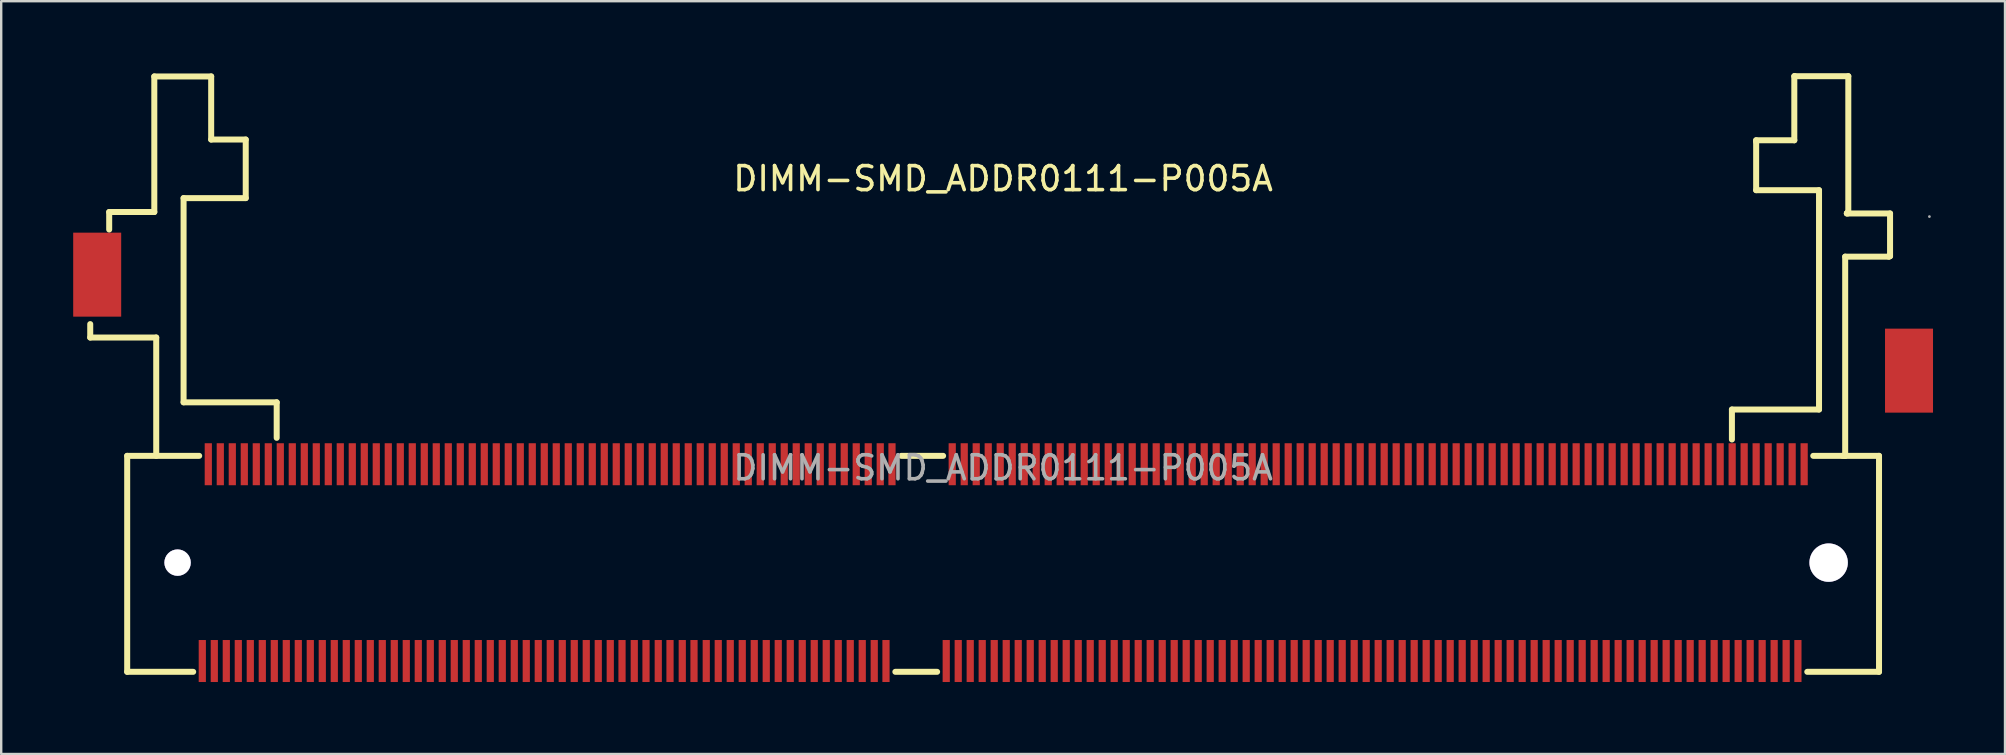
<source format=kicad_pcb>
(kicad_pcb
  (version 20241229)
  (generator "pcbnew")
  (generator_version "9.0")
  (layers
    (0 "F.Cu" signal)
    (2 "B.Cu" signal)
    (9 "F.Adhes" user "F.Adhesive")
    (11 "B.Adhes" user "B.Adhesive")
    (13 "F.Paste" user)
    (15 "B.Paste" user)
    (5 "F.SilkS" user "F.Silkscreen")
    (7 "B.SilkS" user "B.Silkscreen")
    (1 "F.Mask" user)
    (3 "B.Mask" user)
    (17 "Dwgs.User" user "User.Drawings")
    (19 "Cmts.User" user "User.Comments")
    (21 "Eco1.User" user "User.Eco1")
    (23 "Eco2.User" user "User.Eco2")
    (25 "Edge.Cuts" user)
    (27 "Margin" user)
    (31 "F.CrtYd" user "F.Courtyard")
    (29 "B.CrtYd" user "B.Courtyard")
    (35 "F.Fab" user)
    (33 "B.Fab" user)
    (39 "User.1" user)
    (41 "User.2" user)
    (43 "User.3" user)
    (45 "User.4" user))
  (footprint "DIMM-SMD_ADDR0111-P005A"
    (layer "F.Cu")
    (at 38.75 16.445)
    (property "Reference" "DIMM-SMD_ADDR0111-P005A" (at 0 -12.05 0) (layer "F.SilkS") (effects (font (size 1 1) (thickness 0.15))))
    (attr smd)
    (fp_line (start -38.04 -5.43) (end -38.04 -5.99) (stroke (width 0.25) (type solid)) (layer "F.SilkS"))
    (fp_line (start -37.25 -10.66) (end -35.37 -10.66) (stroke (width 0.25) (type solid)) (layer "F.SilkS"))
    (fp_line (start -37.25 -9.93) (end -37.25 -10.66) (stroke (width 0.25) (type solid)) (layer "F.SilkS"))
    (fp_line (start -36.5 -0.5) (end -33.5 -0.5) (stroke (width 0.25) (type solid)) (layer "F.SilkS"))
    (fp_line (start -36.5 8.5) (end -36.5 -0.5) (stroke (width 0.25) (type solid)) (layer "F.SilkS"))
    (fp_line (start -35.37 -16.31) (end -33 -16.31) (stroke (width 0.25) (type solid)) (layer "F.SilkS"))
    (fp_line (start -35.37 -10.66) (end -35.37 -16.31) (stroke (width 0.25) (type solid)) (layer "F.SilkS"))
    (fp_line (start -35.29 -5.43) (end -38.04 -5.43) (stroke (width 0.25) (type solid)) (layer "F.SilkS"))
    (fp_line (start -35.29 -0.5) (end -35.29 -5.43) (stroke (width 0.25) (type solid)) (layer "F.SilkS"))
    (fp_line (start -34.15 -11.24) (end -34.15 -2.73) (stroke (width 0.25) (type solid)) (layer "F.SilkS"))
    (fp_line (start -34.15 -2.73) (end -30.27 -2.73) (stroke (width 0.25) (type solid)) (layer "F.SilkS"))
    (fp_line (start -33.75 8.5) (end -36.5 8.5) (stroke (width 0.25) (type solid)) (layer "F.SilkS"))
    (fp_line (start -33 -16.31) (end -33 -13.68) (stroke (width 0.25) (type solid)) (layer "F.SilkS"))
    (fp_line (start -33 -13.68) (end -31.56 -13.68) (stroke (width 0.25) (type solid)) (layer "F.SilkS"))
    (fp_line (start -31.56 -13.68) (end -31.56 -11.24) (stroke (width 0.25) (type solid)) (layer "F.SilkS"))
    (fp_line (start -31.56 -11.24) (end -34.15 -11.24) (stroke (width 0.25) (type solid)) (layer "F.SilkS"))
    (fp_line (start -30.27 -2.73) (end -30.27 -1.25) (stroke (width 0.25) (type solid)) (layer "F.SilkS"))
    (fp_line (start -4.24 -0.5) (end -2.5 -0.5) (stroke (width 0.25) (type solid)) (layer "F.SilkS"))
    (fp_line (start -2.75 8.5) (end -4.49 8.5) (stroke (width 0.25) (type solid)) (layer "F.SilkS"))
    (fp_line (start 30.37 -2.43) (end 30.37 -1.18) (stroke (width 0.25) (type solid)) (layer "F.SilkS"))
    (fp_line (start 31.38 -13.65) (end 31.38 -13.59) (stroke (width 0.25) (type solid)) (layer "F.SilkS"))
    (fp_line (start 31.38 -13.59) (end 31.38 -11.57) (stroke (width 0.25) (type solid)) (layer "F.SilkS"))
    (fp_line (start 31.38 -11.57) (end 34 -11.57) (stroke (width 0.25) (type solid)) (layer "F.SilkS"))
    (fp_line (start 32.97 -16.32) (end 32.97 -13.65) (stroke (width 0.25) (type solid)) (layer "F.SilkS"))
    (fp_line (start 32.97 -13.65) (end 31.38 -13.65) (stroke (width 0.25) (type solid)) (layer "F.SilkS"))
    (fp_line (start 32.99 -16.32) (end 32.97 -16.32) (stroke (width 0.25) (type solid)) (layer "F.SilkS"))
    (fp_line (start 33.76 -0.5) (end 36.5 -0.5) (stroke (width 0.25) (type solid)) (layer "F.SilkS"))
    (fp_line (start 34 -11.57) (end 34 -2.43) (stroke (width 0.25) (type solid)) (layer "F.SilkS"))
    (fp_line (start 34 -2.43) (end 30.37 -2.43) (stroke (width 0.25) (type solid)) (layer "F.SilkS"))
    (fp_line (start 34.98 -0.5) (end 35.09 -0.5) (stroke (width 0.25) (type solid)) (layer "F.SilkS"))
    (fp_line (start 35.09 -8.8) (end 36.91 -8.8) (stroke (width 0.25) (type solid)) (layer "F.SilkS"))
    (fp_line (start 35.09 -0.5) (end 35.09 -8.8) (stroke (width 0.25) (type solid)) (layer "F.SilkS"))
    (fp_line (start 35.16 -10.61) (end 35.22 -10.61) (stroke (width 0.25) (type solid)) (layer "F.SilkS"))
    (fp_line (start 35.16 -10.6) (end 35.16 -10.61) (stroke (width 0.25) (type solid)) (layer "F.SilkS"))
    (fp_line (start 35.22 -16.32) (end 32.99 -16.32) (stroke (width 0.25) (type solid)) (layer "F.SilkS"))
    (fp_line (start 35.22 -10.61) (end 35.22 -16.32) (stroke (width 0.25) (type solid)) (layer "F.SilkS"))
    (fp_line (start 36.5 -0.5) (end 36.5 8.5) (stroke (width 0.25) (type solid)) (layer "F.SilkS"))
    (fp_line (start 36.5 8.5) (end 33.51 8.5) (stroke (width 0.25) (type solid)) (layer "F.SilkS"))
    (fp_line (start 36.91 -8.82) (end 36.96 -8.82) (stroke (width 0.25) (type solid)) (layer "F.SilkS"))
    (fp_line (start 36.91 -8.8) (end 36.91 -8.82) (stroke (width 0.25) (type solid)) (layer "F.SilkS"))
    (fp_line (start 36.96 -10.6) (end 35.16 -10.6) (stroke (width 0.25) (type solid)) (layer "F.SilkS"))
    (fp_line (start 36.96 -8.82) (end 36.96 -10.6) (stroke (width 0.25) (type solid)) (layer "F.SilkS"))
    (fp_circle (center -34.4 3.95) (end -34.17 3.95) (stroke (width 0.45) (type solid)) (fill no) (layer "Cmts.User"))
    (fp_circle (center 34.4 3.95) (end 34.76 3.95) (stroke (width 0.72) (type solid)) (fill no) (layer "Cmts.User"))
    (fp_circle (center 38.6 -10.47) (end 38.63 -10.47) (stroke (width 0.06) (type solid)) (fill no) (layer "F.Fab"))
    (fp_text user "${REFERENCE}" (at 0 0 0) (layer "F.Fab") (effects (font (size 1 1) (thickness 0.15))))
    (pad "" thru_hole circle (at -34.4 3.95) (size 1.1 1.1) (drill 1.1) (layers "*.Cu" "*.Mask"))
    (pad "" thru_hole circle (at 34.4 3.95) (size 1.6 1.6) (drill 1.6) (layers "*.Cu" "*.Mask"))
    (pad "1" smd rect (at 33.38 -0.15 180) (size 0.3 1.75) (layers "F.Cu" "F.Mask" "F.Paste"))
    (pad "2" smd rect (at 33.12 8.05 180) (size 0.3 1.75) (layers "F.Cu" "F.Mask" "F.Paste"))
    (pad "3" smd rect (at 32.88 -0.15 180) (size 0.3 1.75) (layers "F.Cu" "F.Mask" "F.Paste"))
    (pad "4" smd rect (at 32.63 8.05 180) (size 0.3 1.75) (layers "F.Cu" "F.Mask" "F.Paste"))
    (pad "5" smd rect (at 32.38 -0.15 180) (size 0.3 1.75) (layers "F.Cu" "F.Mask" "F.Paste"))
    (pad "6" smd rect (at 32.13 8.05 180) (size 0.3 1.75) (layers "F.Cu" "F.Mask" "F.Paste"))
    (pad "7" smd rect (at 31.88 -0.15 180) (size 0.3 1.75) (layers "F.Cu" "F.Mask" "F.Paste"))
    (pad "8" smd rect (at 31.63 8.05 180) (size 0.3 1.75) (layers "F.Cu" "F.Mask" "F.Paste"))
    (pad "9" smd rect (at 31.38 -0.15 180) (size 0.3 1.75) (layers "F.Cu" "F.Mask" "F.Paste"))
    (pad "10" smd rect (at 31.13 8.05 180) (size 0.3 1.75) (layers "F.Cu" "F.Mask" "F.Paste"))
    (pad "11" smd rect (at 30.88 -0.15 180) (size 0.3 1.75) (layers "F.Cu" "F.Mask" "F.Paste"))
    (pad "12" smd rect (at 30.63 8.05 180) (size 0.3 1.75) (layers "F.Cu" "F.Mask" "F.Paste"))
    (pad "13" smd rect (at 30.38 -0.15 180) (size 0.3 1.75) (layers "F.Cu" "F.Mask" "F.Paste"))
    (pad "14" smd rect (at 30.13 8.05 180) (size 0.3 1.75) (layers "F.Cu" "F.Mask" "F.Paste"))
    (pad "15" smd rect (at 29.88 -0.15 180) (size 0.3 1.75) (layers "F.Cu" "F.Mask" "F.Paste"))
    (pad "16" smd rect (at 29.63 8.05 180) (size 0.3 1.75) (layers "F.Cu" "F.Mask" "F.Paste"))
    (pad "17" smd rect (at 29.38 -0.15 180) (size 0.3 1.75) (layers "F.Cu" "F.Mask" "F.Paste"))
    (pad "18" smd rect (at 29.13 8.05 180) (size 0.3 1.75) (layers "F.Cu" "F.Mask" "F.Paste"))
    (pad "19" smd rect (at 28.88 -0.15 180) (size 0.3 1.75) (layers "F.Cu" "F.Mask" "F.Paste"))
    (pad "20" smd rect (at 28.63 8.05 180) (size 0.3 1.75) (layers "F.Cu" "F.Mask" "F.Paste"))
    (pad "21" smd rect (at 28.38 -0.15 180) (size 0.3 1.75) (layers "F.Cu" "F.Mask" "F.Paste"))
    (pad "22" smd rect (at 28.13 8.05 180) (size 0.3 1.75) (layers "F.Cu" "F.Mask" "F.Paste"))
    (pad "23" smd rect (at 27.88 -0.15 180) (size 0.3 1.75) (layers "F.Cu" "F.Mask" "F.Paste"))
    (pad "24" smd rect (at 27.63 8.05 180) (size 0.3 1.75) (layers "F.Cu" "F.Mask" "F.Paste"))
    (pad "25" smd rect (at 27.38 -0.15 180) (size 0.3 1.75) (layers "F.Cu" "F.Mask" "F.Paste"))
    (pad "26" smd rect (at 27.13 8.05 180) (size 0.3 1.75) (layers "F.Cu" "F.Mask" "F.Paste"))
    (pad "27" smd rect (at 26.88 -0.15 180) (size 0.3 1.75) (layers "F.Cu" "F.Mask" "F.Paste"))
    (pad "28" smd rect (at 26.63 8.05 180) (size 0.3 1.75) (layers "F.Cu" "F.Mask" "F.Paste"))
    (pad "29" smd rect (at 26.38 -0.15 180) (size 0.3 1.75) (layers "F.Cu" "F.Mask" "F.Paste"))
    (pad "30" smd rect (at 26.13 8.05 180) (size 0.3 1.75) (layers "F.Cu" "F.Mask" "F.Paste"))
    (pad "31" smd rect (at 25.88 -0.15 180) (size 0.3 1.75) (layers "F.Cu" "F.Mask" "F.Paste"))
    (pad "32" smd rect (at 25.63 8.05 180) (size 0.3 1.75) (layers "F.Cu" "F.Mask" "F.Paste"))
    (pad "33" smd rect (at 25.38 -0.15 180) (size 0.3 1.75) (layers "F.Cu" "F.Mask" "F.Paste"))
    (pad "34" smd rect (at 25.13 8.05 180) (size 0.3 1.75) (layers "F.Cu" "F.Mask" "F.Paste"))
    (pad "35" smd rect (at 24.88 -0.15 180) (size 0.3 1.75) (layers "F.Cu" "F.Mask" "F.Paste"))
    (pad "36" smd rect (at 24.63 8.05 180) (size 0.3 1.75) (layers "F.Cu" "F.Mask" "F.Paste"))
    (pad "37" smd rect (at 24.38 -0.15 180) (size 0.3 1.75) (layers "F.Cu" "F.Mask" "F.Paste"))
    (pad "38" smd rect (at 24.13 8.05 180) (size 0.3 1.75) (layers "F.Cu" "F.Mask" "F.Paste"))
    (pad "39" smd rect (at 23.88 -0.15 180) (size 0.3 1.75) (layers "F.Cu" "F.Mask" "F.Paste"))
    (pad "40" smd rect (at 23.63 8.05 180) (size 0.3 1.75) (layers "F.Cu" "F.Mask" "F.Paste"))
    (pad "41" smd rect (at 23.38 -0.15 180) (size 0.3 1.75) (layers "F.Cu" "F.Mask" "F.Paste"))
    (pad "42" smd rect (at 23.13 8.05 180) (size 0.3 1.75) (layers "F.Cu" "F.Mask" "F.Paste"))
    (pad "43" smd rect (at 22.88 -0.15 180) (size 0.3 1.75) (layers "F.Cu" "F.Mask" "F.Paste"))
    (pad "44" smd rect (at 22.63 8.05 180) (size 0.3 1.75) (layers "F.Cu" "F.Mask" "F.Paste"))
    (pad "45" smd rect (at 22.38 -0.15 180) (size 0.3 1.75) (layers "F.Cu" "F.Mask" "F.Paste"))
    (pad "46" smd rect (at 22.13 8.05 180) (size 0.3 1.75) (layers "F.Cu" "F.Mask" "F.Paste"))
    (pad "47" smd rect (at 21.88 -0.15 180) (size 0.3 1.75) (layers "F.Cu" "F.Mask" "F.Paste"))
    (pad "48" smd rect (at 21.63 8.05 180) (size 0.3 1.75) (layers "F.Cu" "F.Mask" "F.Paste"))
    (pad "49" smd rect (at 21.38 -0.15 180) (size 0.3 1.75) (layers "F.Cu" "F.Mask" "F.Paste"))
    (pad "50" smd rect (at 21.13 8.05 180) (size 0.3 1.75) (layers "F.Cu" "F.Mask" "F.Paste"))
    (pad "51" smd rect (at 20.88 -0.15 180) (size 0.3 1.75) (layers "F.Cu" "F.Mask" "F.Paste"))
    (pad "52" smd rect (at 20.63 8.05 180) (size 0.3 1.75) (layers "F.Cu" "F.Mask" "F.Paste"))
    (pad "53" smd rect (at 20.38 -0.15 180) (size 0.3 1.75) (layers "F.Cu" "F.Mask" "F.Paste"))
    (pad "54" smd rect (at 20.13 8.05 180) (size 0.3 1.75) (layers "F.Cu" "F.Mask" "F.Paste"))
    (pad "55" smd rect (at 19.88 -0.15 180) (size 0.3 1.75) (layers "F.Cu" "F.Mask" "F.Paste"))
    (pad "56" smd rect (at 19.63 8.05 180) (size 0.3 1.75) (layers "F.Cu" "F.Mask" "F.Paste"))
    (pad "57" smd rect (at 19.38 -0.15 180) (size 0.3 1.75) (layers "F.Cu" "F.Mask" "F.Paste"))
    (pad "58" smd rect (at 19.13 8.05 180) (size 0.3 1.75) (layers "F.Cu" "F.Mask" "F.Paste"))
    (pad "59" smd rect (at 18.88 -0.15 180) (size 0.3 1.75) (layers "F.Cu" "F.Mask" "F.Paste"))
    (pad "60" smd rect (at 18.63 8.05 180) (size 0.3 1.75) (layers "F.Cu" "F.Mask" "F.Paste"))
    (pad "61" smd rect (at 18.38 -0.15 180) (size 0.3 1.75) (layers "F.Cu" "F.Mask" "F.Paste"))
    (pad "62" smd rect (at 18.13 8.05 180) (size 0.3 1.75) (layers "F.Cu" "F.Mask" "F.Paste"))
    (pad "63" smd rect (at 17.88 -0.15 180) (size 0.3 1.75) (layers "F.Cu" "F.Mask" "F.Paste"))
    (pad "64" smd rect (at 17.63 8.05 180) (size 0.3 1.75) (layers "F.Cu" "F.Mask" "F.Paste"))
    (pad "65" smd rect (at 17.38 -0.15 180) (size 0.3 1.75) (layers "F.Cu" "F.Mask" "F.Paste"))
    (pad "66" smd rect (at 17.13 8.05 180) (size 0.3 1.75) (layers "F.Cu" "F.Mask" "F.Paste"))
    (pad "67" smd rect (at 16.88 -0.15 180) (size 0.3 1.75) (layers "F.Cu" "F.Mask" "F.Paste"))
    (pad "68" smd rect (at 16.63 8.05 180) (size 0.3 1.75) (layers "F.Cu" "F.Mask" "F.Paste"))
    (pad "69" smd rect (at 16.38 -0.15 180) (size 0.3 1.75) (layers "F.Cu" "F.Mask" "F.Paste"))
    (pad "70" smd rect (at 16.13 8.05 180) (size 0.3 1.75) (layers "F.Cu" "F.Mask" "F.Paste"))
    (pad "71" smd rect (at 15.88 -0.15 180) (size 0.3 1.75) (layers "F.Cu" "F.Mask" "F.Paste"))
    (pad "72" smd rect (at 15.63 8.05 180) (size 0.3 1.75) (layers "F.Cu" "F.Mask" "F.Paste"))
    (pad "73" smd rect (at 15.38 -0.15 180) (size 0.3 1.75) (layers "F.Cu" "F.Mask" "F.Paste"))
    (pad "74" smd rect (at 15.13 8.05 180) (size 0.3 1.75) (layers "F.Cu" "F.Mask" "F.Paste"))
    (pad "75" smd rect (at 14.88 -0.15 180) (size 0.3 1.75) (layers "F.Cu" "F.Mask" "F.Paste"))
    (pad "76" smd rect (at 14.63 8.05 180) (size 0.3 1.75) (layers "F.Cu" "F.Mask" "F.Paste"))
    (pad "77" smd rect (at 14.38 -0.15 180) (size 0.3 1.75) (layers "F.Cu" "F.Mask" "F.Paste"))
    (pad "78" smd rect (at 14.13 8.05 180) (size 0.3 1.75) (layers "F.Cu" "F.Mask" "F.Paste"))
    (pad "79" smd rect (at 13.88 -0.15 180) (size 0.3 1.75) (layers "F.Cu" "F.Mask" "F.Paste"))
    (pad "80" smd rect (at 13.63 8.05 180) (size 0.3 1.75) (layers "F.Cu" "F.Mask" "F.Paste"))
    (pad "81" smd rect (at 13.38 -0.15 180) (size 0.3 1.75) (layers "F.Cu" "F.Mask" "F.Paste"))
    (pad "82" smd rect (at 13.13 8.05 180) (size 0.3 1.75) (layers "F.Cu" "F.Mask" "F.Paste"))
    (pad "83" smd rect (at 12.88 -0.15 180) (size 0.3 1.75) (layers "F.Cu" "F.Mask" "F.Paste"))
    (pad "84" smd rect (at 12.63 8.05 180) (size 0.3 1.75) (layers "F.Cu" "F.Mask" "F.Paste"))
    (pad "85" smd rect (at 12.38 -0.15 180) (size 0.3 1.75) (layers "F.Cu" "F.Mask" "F.Paste"))
    (pad "86" smd rect (at 12.13 8.05 180) (size 0.3 1.75) (layers "F.Cu" "F.Mask" "F.Paste"))
    (pad "87" smd rect (at 11.88 -0.15 180) (size 0.3 1.75) (layers "F.Cu" "F.Mask" "F.Paste"))
    (pad "88" smd rect (at 11.63 8.05 180) (size 0.3 1.75) (layers "F.Cu" "F.Mask" "F.Paste"))
    (pad "89" smd rect (at 11.38 -0.15 180) (size 0.3 1.75) (layers "F.Cu" "F.Mask" "F.Paste"))
    (pad "90" smd rect (at 11.13 8.05 180) (size 0.3 1.75) (layers "F.Cu" "F.Mask" "F.Paste"))
    (pad "91" smd rect (at 10.88 -0.15 180) (size 0.3 1.75) (layers "F.Cu" "F.Mask" "F.Paste"))
    (pad "92" smd rect (at 10.63 8.05 180) (size 0.3 1.75) (layers "F.Cu" "F.Mask" "F.Paste"))
    (pad "93" smd rect (at 10.38 -0.15 180) (size 0.3 1.75) (layers "F.Cu" "F.Mask" "F.Paste"))
    (pad "94" smd rect (at 10.13 8.05 180) (size 0.3 1.75) (layers "F.Cu" "F.Mask" "F.Paste"))
    (pad "95" smd rect (at 9.88 -0.15 180) (size 0.3 1.75) (layers "F.Cu" "F.Mask" "F.Paste"))
    (pad "96" smd rect (at 9.63 8.05 180) (size 0.3 1.75) (layers "F.Cu" "F.Mask" "F.Paste"))
    (pad "97" smd rect (at 9.38 -0.15 180) (size 0.3 1.75) (layers "F.Cu" "F.Mask" "F.Paste"))
    (pad "98" smd rect (at 9.13 8.05 180) (size 0.3 1.75) (layers "F.Cu" "F.Mask" "F.Paste"))
    (pad "99" smd rect (at 8.88 -0.15 180) (size 0.3 1.75) (layers "F.Cu" "F.Mask" "F.Paste"))
    (pad "100" smd rect (at 8.63 8.05 180) (size 0.3 1.75) (layers "F.Cu" "F.Mask" "F.Paste"))
    (pad "101" smd rect (at 8.38 -0.15 180) (size 0.3 1.75) (layers "F.Cu" "F.Mask" "F.Paste"))
    (pad "102" smd rect (at 8.13 8.05 180) (size 0.3 1.75) (layers "F.Cu" "F.Mask" "F.Paste"))
    (pad "103" smd rect (at 7.88 -0.15 180) (size 0.3 1.75) (layers "F.Cu" "F.Mask" "F.Paste"))
    (pad "104" smd rect (at 7.63 8.05 180) (size 0.3 1.75) (layers "F.Cu" "F.Mask" "F.Paste"))
    (pad "105" smd rect (at 7.38 -0.15 180) (size 0.3 1.75) (layers "F.Cu" "F.Mask" "F.Paste"))
    (pad "106" smd rect (at 7.13 8.05 180) (size 0.3 1.75) (layers "F.Cu" "F.Mask" "F.Paste"))
    (pad "107" smd rect (at 6.88 -0.15 180) (size 0.3 1.75) (layers "F.Cu" "F.Mask" "F.Paste"))
    (pad "108" smd rect (at 6.63 8.05 180) (size 0.3 1.75) (layers "F.Cu" "F.Mask" "F.Paste"))
    (pad "109" smd rect (at 6.38 -0.15 180) (size 0.3 1.75) (layers "F.Cu" "F.Mask" "F.Paste"))
    (pad "110" smd rect (at 6.13 8.05 180) (size 0.3 1.75) (layers "F.Cu" "F.Mask" "F.Paste"))
    (pad "111" smd rect (at 5.88 -0.15 180) (size 0.3 1.75) (layers "F.Cu" "F.Mask" "F.Paste"))
    (pad "112" smd rect (at 5.63 8.05 180) (size 0.3 1.75) (layers "F.Cu" "F.Mask" "F.Paste"))
    (pad "113" smd rect (at 5.38 -0.15 180) (size 0.3 1.75) (layers "F.Cu" "F.Mask" "F.Paste"))
    (pad "114" smd rect (at 5.13 8.05 180) (size 0.3 1.75) (layers "F.Cu" "F.Mask" "F.Paste"))
    (pad "115" smd rect (at 4.88 -0.15 180) (size 0.3 1.75) (layers "F.Cu" "F.Mask" "F.Paste"))
    (pad "116" smd rect (at 4.63 8.05 180) (size 0.3 1.75) (layers "F.Cu" "F.Mask" "F.Paste"))
    (pad "117" smd rect (at 4.38 -0.15 180) (size 0.3 1.75) (layers "F.Cu" "F.Mask" "F.Paste"))
    (pad "118" smd rect (at 4.13 8.05 180) (size 0.3 1.75) (layers "F.Cu" "F.Mask" "F.Paste"))
    (pad "119" smd rect (at 3.88 -0.15 180) (size 0.3 1.75) (layers "F.Cu" "F.Mask" "F.Paste"))
    (pad "120" smd rect (at 3.63 8.05 180) (size 0.3 1.75) (layers "F.Cu" "F.Mask" "F.Paste"))
    (pad "121" smd rect (at 3.38 -0.15 180) (size 0.3 1.75) (layers "F.Cu" "F.Mask" "F.Paste"))
    (pad "122" smd rect (at 3.13 8.05 180) (size 0.3 1.75) (layers "F.Cu" "F.Mask" "F.Paste"))
    (pad "123" smd rect (at 2.88 -0.15 180) (size 0.3 1.75) (layers "F.Cu" "F.Mask" "F.Paste"))
    (pad "124" smd rect (at 2.63 8.05 180) (size 0.3 1.75) (layers "F.Cu" "F.Mask" "F.Paste"))
    (pad "125" smd rect (at 2.38 -0.15 180) (size 0.3 1.75) (layers "F.Cu" "F.Mask" "F.Paste"))
    (pad "126" smd rect (at 2.13 8.05 180) (size 0.3 1.75) (layers "F.Cu" "F.Mask" "F.Paste"))
    (pad "127" smd rect (at 1.88 -0.15 180) (size 0.3 1.75) (layers "F.Cu" "F.Mask" "F.Paste"))
    (pad "128" smd rect (at 1.63 8.05 180) (size 0.3 1.75) (layers "F.Cu" "F.Mask" "F.Paste"))
    (pad "129" smd rect (at 1.38 -0.15 180) (size 0.3 1.75) (layers "F.Cu" "F.Mask" "F.Paste"))
    (pad "130" smd rect (at 1.13 8.05 180) (size 0.3 1.75) (layers "F.Cu" "F.Mask" "F.Paste"))
    (pad "131" smd rect (at 0.88 -0.15 180) (size 0.3 1.75) (layers "F.Cu" "F.Mask" "F.Paste"))
    (pad "132" smd rect (at 0.63 8.05 180) (size 0.3 1.75) (layers "F.Cu" "F.Mask" "F.Paste"))
    (pad "133" smd rect (at 0.38 -0.15 180) (size 0.3 1.75) (layers "F.Cu" "F.Mask" "F.Paste"))
    (pad "134" smd rect (at 0.13 8.05 180) (size 0.3 1.75) (layers "F.Cu" "F.Mask" "F.Paste"))
    (pad "135" smd rect (at -0.12 -0.15 180) (size 0.3 1.75) (layers "F.Cu" "F.Mask" "F.Paste"))
    (pad "136" smd rect (at -0.37 8.05 180) (size 0.3 1.75) (layers "F.Cu" "F.Mask" "F.Paste"))
    (pad "137" smd rect (at -0.62 -0.15 180) (size 0.3 1.75) (layers "F.Cu" "F.Mask" "F.Paste"))
    (pad "138" smd rect (at -0.87 8.05 180) (size 0.3 1.75) (layers "F.Cu" "F.Mask" "F.Paste"))
    (pad "139" smd rect (at -1.12 -0.15 180) (size 0.3 1.75) (layers "F.Cu" "F.Mask" "F.Paste"))
    (pad "140" smd rect (at -1.37 8.05 180) (size 0.3 1.75) (layers "F.Cu" "F.Mask" "F.Paste"))
    (pad "141" smd rect (at -1.62 -0.15 180) (size 0.3 1.75) (layers "F.Cu" "F.Mask" "F.Paste"))
    (pad "142" smd rect (at -1.87 8.05 180) (size 0.3 1.75) (layers "F.Cu" "F.Mask" "F.Paste"))
    (pad "143" smd rect (at -2.12 -0.15 180) (size 0.3 1.75) (layers "F.Cu" "F.Mask" "F.Paste"))
    (pad "144" smd rect (at -2.37 8.05 180) (size 0.3 1.75) (layers "F.Cu" "F.Mask" "F.Paste"))
    (pad "145" smd rect (at -4.63 -0.15 180) (size 0.3 1.75) (layers "F.Cu" "F.Mask" "F.Paste"))
    (pad "146" smd rect (at -4.88 8.05 180) (size 0.3 1.75) (layers "F.Cu" "F.Mask" "F.Paste"))
    (pad "147" smd rect (at -5.12 -0.15 180) (size 0.3 1.75) (layers "F.Cu" "F.Mask" "F.Paste"))
    (pad "148" smd rect (at -5.37 8.05 180) (size 0.3 1.75) (layers "F.Cu" "F.Mask" "F.Paste"))
    (pad "149" smd rect (at -5.62 -0.15 180) (size 0.3 1.75) (layers "F.Cu" "F.Mask" "F.Paste"))
    (pad "150" smd rect (at -5.87 8.05 180) (size 0.3 1.75) (layers "F.Cu" "F.Mask" "F.Paste"))
    (pad "151" smd rect (at -6.12 -0.15 180) (size 0.3 1.75) (layers "F.Cu" "F.Mask" "F.Paste"))
    (pad "152" smd rect (at -6.37 8.05 180) (size 0.3 1.75) (layers "F.Cu" "F.Mask" "F.Paste"))
    (pad "153" smd rect (at -6.62 -0.15 180) (size 0.3 1.75) (layers "F.Cu" "F.Mask" "F.Paste"))
    (pad "154" smd rect (at -6.87 8.05 180) (size 0.3 1.75) (layers "F.Cu" "F.Mask" "F.Paste"))
    (pad "155" smd rect (at -7.12 -0.15 180) (size 0.3 1.75) (layers "F.Cu" "F.Mask" "F.Paste"))
    (pad "156" smd rect (at -7.37 8.05 180) (size 0.3 1.75) (layers "F.Cu" "F.Mask" "F.Paste"))
    (pad "157" smd rect (at -7.62 -0.15 180) (size 0.3 1.75) (layers "F.Cu" "F.Mask" "F.Paste"))
    (pad "158" smd rect (at -7.87 8.05 180) (size 0.3 1.75) (layers "F.Cu" "F.Mask" "F.Paste"))
    (pad "159" smd rect (at -8.12 -0.15 180) (size 0.3 1.75) (layers "F.Cu" "F.Mask" "F.Paste"))
    (pad "160" smd rect (at -8.37 8.05 180) (size 0.3 1.75) (layers "F.Cu" "F.Mask" "F.Paste"))
    (pad "161" smd rect (at -8.62 -0.15 180) (size 0.3 1.75) (layers "F.Cu" "F.Mask" "F.Paste"))
    (pad "162" smd rect (at -8.87 8.05 180) (size 0.3 1.75) (layers "F.Cu" "F.Mask" "F.Paste"))
    (pad "163" smd rect (at -9.12 -0.15 180) (size 0.3 1.75) (layers "F.Cu" "F.Mask" "F.Paste"))
    (pad "164" smd rect (at -9.37 8.05 180) (size 0.3 1.75) (layers "F.Cu" "F.Mask" "F.Paste"))
    (pad "165" smd rect (at -9.62 -0.15 180) (size 0.3 1.75) (layers "F.Cu" "F.Mask" "F.Paste"))
    (pad "166" smd rect (at -9.87 8.05 180) (size 0.3 1.75) (layers "F.Cu" "F.Mask" "F.Paste"))
    (pad "167" smd rect (at -10.12 -0.15 180) (size 0.3 1.75) (layers "F.Cu" "F.Mask" "F.Paste"))
    (pad "168" smd rect (at -10.37 8.05 180) (size 0.3 1.75) (layers "F.Cu" "F.Mask" "F.Paste"))
    (pad "169" smd rect (at -10.62 -0.15 180) (size 0.3 1.75) (layers "F.Cu" "F.Mask" "F.Paste"))
    (pad "170" smd rect (at -10.87 8.05 180) (size 0.3 1.75) (layers "F.Cu" "F.Mask" "F.Paste"))
    (pad "171" smd rect (at -11.12 -0.15 180) (size 0.3 1.75) (layers "F.Cu" "F.Mask" "F.Paste"))
    (pad "172" smd rect (at -11.37 8.05 180) (size 0.3 1.75) (layers "F.Cu" "F.Mask" "F.Paste"))
    (pad "173" smd rect (at -11.62 -0.15 180) (size 0.3 1.75) (layers "F.Cu" "F.Mask" "F.Paste"))
    (pad "174" smd rect (at -11.87 8.05 180) (size 0.3 1.75) (layers "F.Cu" "F.Mask" "F.Paste"))
    (pad "175" smd rect (at -12.12 -0.15 180) (size 0.3 1.75) (layers "F.Cu" "F.Mask" "F.Paste"))
    (pad "176" smd rect (at -12.37 8.05 180) (size 0.3 1.75) (layers "F.Cu" "F.Mask" "F.Paste"))
    (pad "177" smd rect (at -12.62 -0.15 180) (size 0.3 1.75) (layers "F.Cu" "F.Mask" "F.Paste"))
    (pad "178" smd rect (at -12.88 8.05 180) (size 0.3 1.75) (layers "F.Cu" "F.Mask" "F.Paste"))
    (pad "179" smd rect (at -13.12 -0.15 180) (size 0.3 1.75) (layers "F.Cu" "F.Mask" "F.Paste"))
    (pad "180" smd rect (at -13.37 8.05 180) (size 0.3 1.75) (layers "F.Cu" "F.Mask" "F.Paste"))
    (pad "181" smd rect (at -13.62 -0.15 180) (size 0.3 1.75) (layers "F.Cu" "F.Mask" "F.Paste"))
    (pad "182" smd rect (at -13.88 8.05 180) (size 0.3 1.75) (layers "F.Cu" "F.Mask" "F.Paste"))
    (pad "183" smd rect (at -14.12 -0.15 180) (size 0.3 1.75) (layers "F.Cu" "F.Mask" "F.Paste"))
    (pad "184" smd rect (at -14.37 8.05 180) (size 0.3 1.75) (layers "F.Cu" "F.Mask" "F.Paste"))
    (pad "185" smd rect (at -14.62 -0.15 180) (size 0.3 1.75) (layers "F.Cu" "F.Mask" "F.Paste"))
    (pad "186" smd rect (at -14.88 8.05 180) (size 0.3 1.75) (layers "F.Cu" "F.Mask" "F.Paste"))
    (pad "187" smd rect (at -15.12 -0.15 180) (size 0.3 1.75) (layers "F.Cu" "F.Mask" "F.Paste"))
    (pad "188" smd rect (at -15.37 8.05 180) (size 0.3 1.75) (layers "F.Cu" "F.Mask" "F.Paste"))
    (pad "189" smd rect (at -15.62 -0.15 180) (size 0.3 1.75) (layers "F.Cu" "F.Mask" "F.Paste"))
    (pad "190" smd rect (at -15.88 8.05 180) (size 0.3 1.75) (layers "F.Cu" "F.Mask" "F.Paste"))
    (pad "191" smd rect (at -16.12 -0.15 180) (size 0.3 1.75) (layers "F.Cu" "F.Mask" "F.Paste"))
    (pad "192" smd rect (at -16.37 8.05 180) (size 0.3 1.75) (layers "F.Cu" "F.Mask" "F.Paste"))
    (pad "193" smd rect (at -16.62 -0.15 180) (size 0.3 1.75) (layers "F.Cu" "F.Mask" "F.Paste"))
    (pad "194" smd rect (at -16.87 8.05 180) (size 0.3 1.75) (layers "F.Cu" "F.Mask" "F.Paste"))
    (pad "195" smd rect (at -17.12 -0.15 180) (size 0.3 1.75) (layers "F.Cu" "F.Mask" "F.Paste"))
    (pad "196" smd rect (at -17.37 8.05 180) (size 0.3 1.75) (layers "F.Cu" "F.Mask" "F.Paste"))
    (pad "197" smd rect (at -17.62 -0.15 180) (size 0.3 1.75) (layers "F.Cu" "F.Mask" "F.Paste"))
    (pad "198" smd rect (at -17.87 8.05 180) (size 0.3 1.75) (layers "F.Cu" "F.Mask" "F.Paste"))
    (pad "199" smd rect (at -18.12 -0.15 180) (size 0.3 1.75) (layers "F.Cu" "F.Mask" "F.Paste"))
    (pad "200" smd rect (at -18.37 8.05 180) (size 0.3 1.75) (layers "F.Cu" "F.Mask" "F.Paste"))
    (pad "201" smd rect (at -18.62 -0.15 180) (size 0.3 1.75) (layers "F.Cu" "F.Mask" "F.Paste"))
    (pad "202" smd rect (at -18.87 8.05 180) (size 0.3 1.75) (layers "F.Cu" "F.Mask" "F.Paste"))
    (pad "203" smd rect (at -19.12 -0.15 180) (size 0.3 1.75) (layers "F.Cu" "F.Mask" "F.Paste"))
    (pad "204" smd rect (at -19.37 8.05 180) (size 0.3 1.75) (layers "F.Cu" "F.Mask" "F.Paste"))
    (pad "205" smd rect (at -19.62 -0.15 180) (size 0.3 1.75) (layers "F.Cu" "F.Mask" "F.Paste"))
    (pad "206" smd rect (at -19.87 8.05 180) (size 0.3 1.75) (layers "F.Cu" "F.Mask" "F.Paste"))
    (pad "207" smd rect (at -20.12 -0.15 180) (size 0.3 1.75) (layers "F.Cu" "F.Mask" "F.Paste"))
    (pad "208" smd rect (at -20.37 8.05 180) (size 0.3 1.75) (layers "F.Cu" "F.Mask" "F.Paste"))
    (pad "209" smd rect (at -20.62 -0.15 180) (size 0.3 1.75) (layers "F.Cu" "F.Mask" "F.Paste"))
    (pad "210" smd rect (at -20.87 8.05 180) (size 0.3 1.75) (layers "F.Cu" "F.Mask" "F.Paste"))
    (pad "211" smd rect (at -21.12 -0.15 180) (size 0.3 1.75) (layers "F.Cu" "F.Mask" "F.Paste"))
    (pad "212" smd rect (at -21.37 8.05 180) (size 0.3 1.75) (layers "F.Cu" "F.Mask" "F.Paste"))
    (pad "213" smd rect (at -21.62 -0.15 180) (size 0.3 1.75) (layers "F.Cu" "F.Mask" "F.Paste"))
    (pad "214" smd rect (at -21.87 8.05 180) (size 0.3 1.75) (layers "F.Cu" "F.Mask" "F.Paste"))
    (pad "215" smd rect (at -22.12 -0.15 180) (size 0.3 1.75) (layers "F.Cu" "F.Mask" "F.Paste"))
    (pad "216" smd rect (at -22.37 8.05 180) (size 0.3 1.75) (layers "F.Cu" "F.Mask" "F.Paste"))
    (pad "217" smd rect (at -22.62 -0.15 180) (size 0.3 1.75) (layers "F.Cu" "F.Mask" "F.Paste"))
    (pad "218" smd rect (at -22.87 8.05 180) (size 0.3 1.75) (layers "F.Cu" "F.Mask" "F.Paste"))
    (pad "219" smd rect (at -23.12 -0.15 180) (size 0.3 1.75) (layers "F.Cu" "F.Mask" "F.Paste"))
    (pad "220" smd rect (at -23.37 8.05 180) (size 0.3 1.75) (layers "F.Cu" "F.Mask" "F.Paste"))
    (pad "221" smd rect (at -23.62 -0.15 180) (size 0.3 1.75) (layers "F.Cu" "F.Mask" "F.Paste"))
    (pad "222" smd rect (at -23.87 8.05 180) (size 0.3 1.75) (layers "F.Cu" "F.Mask" "F.Paste"))
    (pad "223" smd rect (at -24.12 -0.15 180) (size 0.3 1.75) (layers "F.Cu" "F.Mask" "F.Paste"))
    (pad "224" smd rect (at -24.37 8.05 180) (size 0.3 1.75) (layers "F.Cu" "F.Mask" "F.Paste"))
    (pad "225" smd rect (at -24.62 -0.15 180) (size 0.3 1.75) (layers "F.Cu" "F.Mask" "F.Paste"))
    (pad "226" smd rect (at -24.87 8.05 180) (size 0.3 1.75) (layers "F.Cu" "F.Mask" "F.Paste"))
    (pad "227" smd rect (at -25.12 -0.15 180) (size 0.3 1.75) (layers "F.Cu" "F.Mask" "F.Paste"))
    (pad "228" smd rect (at -25.37 8.05 180) (size 0.3 1.75) (layers "F.Cu" "F.Mask" "F.Paste"))
    (pad "229" smd rect (at -25.62 -0.15 180) (size 0.3 1.75) (layers "F.Cu" "F.Mask" "F.Paste"))
    (pad "230" smd rect (at -25.87 8.05 180) (size 0.3 1.75) (layers "F.Cu" "F.Mask" "F.Paste"))
    (pad "231" smd rect (at -26.12 -0.15 180) (size 0.3 1.75) (layers "F.Cu" "F.Mask" "F.Paste"))
    (pad "232" smd rect (at -26.37 8.05 180) (size 0.3 1.75) (layers "F.Cu" "F.Mask" "F.Paste"))
    (pad "233" smd rect (at -26.62 -0.15 180) (size 0.3 1.75) (layers "F.Cu" "F.Mask" "F.Paste"))
    (pad "234" smd rect (at -26.87 8.05 180) (size 0.3 1.75) (layers "F.Cu" "F.Mask" "F.Paste"))
    (pad "235" smd rect (at -27.12 -0.15 180) (size 0.3 1.75) (layers "F.Cu" "F.Mask" "F.Paste"))
    (pad "236" smd rect (at -27.37 8.05 180) (size 0.3 1.75) (layers "F.Cu" "F.Mask" "F.Paste"))
    (pad "237" smd rect (at -27.62 -0.15 180) (size 0.3 1.75) (layers "F.Cu" "F.Mask" "F.Paste"))
    (pad "238" smd rect (at -27.87 8.05 180) (size 0.3 1.75) (layers "F.Cu" "F.Mask" "F.Paste"))
    (pad "239" smd rect (at -28.12 -0.15 180) (size 0.3 1.75) (layers "F.Cu" "F.Mask" "F.Paste"))
    (pad "240" smd rect (at -28.37 8.05 180) (size 0.3 1.75) (layers "F.Cu" "F.Mask" "F.Paste"))
    (pad "241" smd rect (at -28.62 -0.15 180) (size 0.3 1.75) (layers "F.Cu" "F.Mask" "F.Paste"))
    (pad "242" smd rect (at -28.87 8.05 180) (size 0.3 1.75) (layers "F.Cu" "F.Mask" "F.Paste"))
    (pad "243" smd rect (at -29.12 -0.15 180) (size 0.3 1.75) (layers "F.Cu" "F.Mask" "F.Paste"))
    (pad "244" smd rect (at -29.37 8.05 180) (size 0.3 1.75) (layers "F.Cu" "F.Mask" "F.Paste"))
    (pad "245" smd rect (at -29.62 -0.15 180) (size 0.3 1.75) (layers "F.Cu" "F.Mask" "F.Paste"))
    (pad "246" smd rect (at -29.87 8.05 180) (size 0.3 1.75) (layers "F.Cu" "F.Mask" "F.Paste"))
    (pad "247" smd rect (at -30.12 -0.15 180) (size 0.3 1.75) (layers "F.Cu" "F.Mask" "F.Paste"))
    (pad "248" smd rect (at -30.37 8.05 180) (size 0.3 1.75) (layers "F.Cu" "F.Mask" "F.Paste"))
    (pad "249" smd rect (at -30.62 -0.15 180) (size 0.3 1.75) (layers "F.Cu" "F.Mask" "F.Paste"))
    (pad "250" smd rect (at -30.87 8.05 180) (size 0.3 1.75) (layers "F.Cu" "F.Mask" "F.Paste"))
    (pad "251" smd rect (at -31.12 -0.15 180) (size 0.3 1.75) (layers "F.Cu" "F.Mask" "F.Paste"))
    (pad "252" smd rect (at -31.37 8.05 180) (size 0.3 1.75) (layers "F.Cu" "F.Mask" "F.Paste"))
    (pad "253" smd rect (at -31.62 -0.15 180) (size 0.3 1.75) (layers "F.Cu" "F.Mask" "F.Paste"))
    (pad "254" smd rect (at -31.87 8.05 180) (size 0.3 1.75) (layers "F.Cu" "F.Mask" "F.Paste"))
    (pad "255" smd rect (at -32.12 -0.15 180) (size 0.3 1.75) (layers "F.Cu" "F.Mask" "F.Paste"))
    (pad "256" smd rect (at -32.37 8.05 180) (size 0.3 1.75) (layers "F.Cu" "F.Mask" "F.Paste"))
    (pad "257" smd rect (at -32.62 -0.15 180) (size 0.3 1.75) (layers "F.Cu" "F.Mask" "F.Paste"))
    (pad "258" smd rect (at -32.87 8.05 180) (size 0.3 1.75) (layers "F.Cu" "F.Mask" "F.Paste"))
    (pad "259" smd rect (at -33.12 -0.15 180) (size 0.3 1.75) (layers "F.Cu" "F.Mask" "F.Paste"))
    (pad "260" smd rect (at -33.37 8.05 180) (size 0.3 1.75) (layers "F.Cu" "F.Mask" "F.Paste"))
    (pad "261" smd rect (at -37.75 -8.05 180) (size 2 3.5) (layers "F.Cu" "F.Mask" "F.Paste"))
    (pad "261" smd rect (at 37.75 -4.05 180) (size 2 3.5) (layers "F.Cu" "F.Mask" "F.Paste")))
  (gr_rect
    (start -3 -3)
    (end 80.5 28.37)
    (stroke (width 0.1) (type default))
    (fill no)
    (layer "Edge.Cuts")))
</source>
